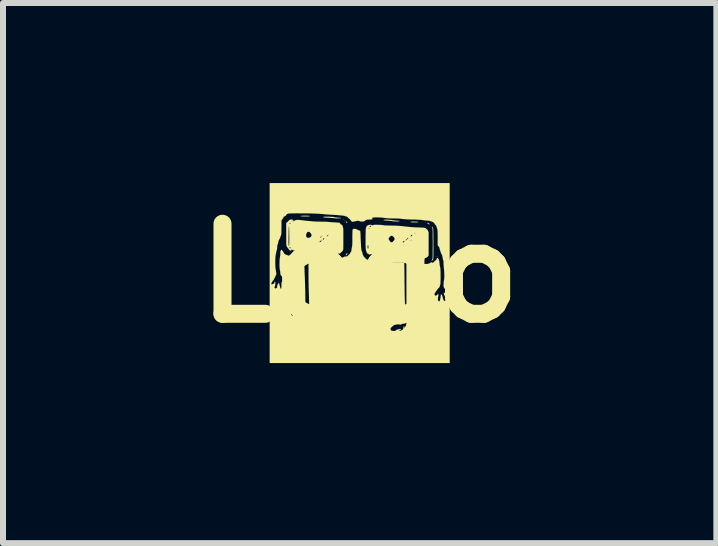
<source format=kicad_pcb>
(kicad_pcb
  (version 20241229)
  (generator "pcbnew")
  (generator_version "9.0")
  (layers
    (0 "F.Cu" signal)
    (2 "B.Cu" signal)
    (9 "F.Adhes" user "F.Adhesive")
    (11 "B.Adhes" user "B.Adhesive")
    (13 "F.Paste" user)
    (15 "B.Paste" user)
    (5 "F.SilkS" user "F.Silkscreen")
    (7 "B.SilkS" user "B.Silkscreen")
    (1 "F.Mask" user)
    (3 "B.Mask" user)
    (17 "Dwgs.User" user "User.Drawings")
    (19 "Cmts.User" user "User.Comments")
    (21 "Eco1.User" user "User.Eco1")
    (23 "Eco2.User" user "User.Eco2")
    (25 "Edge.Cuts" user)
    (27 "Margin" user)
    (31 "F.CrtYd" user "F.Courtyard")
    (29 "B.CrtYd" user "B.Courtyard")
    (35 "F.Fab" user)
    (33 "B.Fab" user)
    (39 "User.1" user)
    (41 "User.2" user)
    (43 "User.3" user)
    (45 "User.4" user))
  (footprint "Logo"
    (layer "F.Cu")
    (at 2.943 1.5)
    (property "Reference" "Logo" (at 0 0 0) (layer "F.SilkS") (effects (font (size 1.5 1.5) (thickness 0.3))))
    (attr board_only exclude_from_pos_files exclude_from_bom)
    (fp_poly (pts (xy -0.93 0.632) (xy -0.929 0.639) (xy -0.93 0.641) (xy -0.932 0.64) (xy -0.933 0.635) (xy -0.931 0.63)) (stroke (width 0) (type solid)) (fill yes) (layer "F.SilkS"))
    (fp_poly (pts (xy -0.941 0.618) (xy -0.94 0.619) (xy -0.941 0.623) (xy -0.944 0.624) (xy -0.951 0.621) (xy -0.952 0.619) (xy -0.948 0.614) (xy -0.947 0.614)) (stroke (width 0) (type solid)) (fill yes) (layer "F.SilkS"))
    (fp_poly (pts (xy -0.274 -0.902) (xy -0.268 -0.898) (xy -0.267 -0.897) (xy -0.271 -0.896) (xy -0.274 -0.895) (xy -0.28 -0.898) (xy -0.281 -0.9) (xy -0.278 -0.903)) (stroke (width 0) (type solid)) (fill yes) (layer "F.SilkS"))
    (fp_poly (pts (xy -0.24 -0.884) (xy -0.239 -0.881) (xy -0.242 -0.877) (xy -0.244 -0.877) (xy -0.25 -0.88) (xy -0.251 -0.881) (xy -0.25 -0.885) (xy -0.246 -0.886)) (stroke (width 0) (type solid)) (fill yes) (layer "F.SilkS"))
    (fp_poly (pts (xy 1.293 -0.282) (xy 1.294 -0.279) (xy 1.291 -0.273) (xy 1.289 -0.272) (xy 1.285 -0.276) (xy 1.285 -0.279) (xy 1.287 -0.285) (xy 1.289 -0.286)) (stroke (width 0) (type solid)) (fill yes) (layer "F.SilkS"))
    (fp_poly (pts (xy -0.222 -0.859) (xy -0.217 -0.858) (xy -0.208 -0.851) (xy -0.206 -0.844) (xy -0.208 -0.835) (xy -0.213 -0.834) (xy -0.22 -0.841) (xy -0.222 -0.845) (xy -0.228 -0.856) (xy -0.228 -0.86)) (stroke (width 0) (type solid)) (fill yes) (layer "F.SilkS"))
    (fp_poly (pts (xy -0.209 -0.333) (xy -0.207 -0.329) (xy -0.203 -0.317) (xy -0.208 -0.311) (xy -0.214 -0.309) (xy -0.22 -0.306) (xy -0.22 -0.303) (xy -0.223 -0.295) (xy -0.228 -0.293) (xy -0.232 -0.295) (xy -0.232 -0.302) (xy -0.227 -0.313) (xy -0.223 -0.319) (xy -0.216 -0.331) (xy -0.212 -0.335)) (stroke (width 0) (type solid)) (fill yes) (layer "F.SilkS"))
    (fp_poly (pts (xy 1.136 -0.839) (xy 1.144 -0.836) (xy 1.147 -0.833) (xy 1.153 -0.826) (xy 1.158 -0.824) (xy 1.166 -0.82) (xy 1.167 -0.816) (xy 1.164 -0.812) (xy 1.155 -0.812) (xy 1.144 -0.817) (xy 1.138 -0.822) (xy 1.129 -0.83) (xy 1.125 -0.835) (xy 1.125 -0.836) (xy 1.129 -0.839)) (stroke (width 0) (type solid)) (fill yes) (layer "F.SilkS"))
    (fp_poly (pts (xy -0.876 -0.956) (xy -0.852 -0.955) (xy -0.837 -0.953) (xy -0.831 -0.95) (xy -0.834 -0.946) (xy -0.837 -0.945) (xy -0.845 -0.944) (xy -0.86 -0.943) (xy -0.88 -0.943) (xy -0.903 -0.943) (xy -0.926 -0.943) (xy -0.948 -0.944) (xy -0.965 -0.945) (xy -0.977 -0.946) (xy -0.977 -0.947) (xy -0.987 -0.949) (xy -0.987 -0.952) (xy -0.978 -0.954) (xy -0.962 -0.955) (xy -0.937 -0.956) (xy -0.908 -0.956)) (stroke (width 0) (type solid)) (fill yes) (layer "F.SilkS"))
    (fp_poly (pts (xy 0.934 -0.857) (xy 0.957 -0.856) (xy 0.97 -0.854) (xy 0.977 -0.851) (xy 0.977 -0.848) (xy 0.972 -0.846) (xy 0.959 -0.845) (xy 0.94 -0.844) (xy 0.917 -0.844) (xy 0.912 -0.844) (xy 0.886 -0.844) (xy 0.868 -0.845) (xy 0.857 -0.846) (xy 0.851 -0.847) (xy 0.849 -0.85) (xy 0.849 -0.851) (xy 0.85 -0.854) (xy 0.855 -0.856) (xy 0.866 -0.857) (xy 0.883 -0.858) (xy 0.904 -0.858)) (stroke (width 0) (type solid)) (fill yes) (layer "F.SilkS"))
    (fp_poly (pts (xy 0.466 -0.89) (xy 0.489 -0.889) (xy 0.51 -0.888) (xy 0.527 -0.885) (xy 0.532 -0.884) (xy 0.545 -0.881) (xy 0.565 -0.878) (xy 0.589 -0.876) (xy 0.612 -0.874) (xy 0.639 -0.872) (xy 0.657 -0.87) (xy 0.666 -0.868) (xy 0.666 -0.866) (xy 0.659 -0.863) (xy 0.644 -0.861) (xy 0.625 -0.86) (xy 0.602 -0.86) (xy 0.58 -0.861) (xy 0.559 -0.862) (xy 0.544 -0.865) (xy 0.526 -0.868) (xy 0.503 -0.871) (xy 0.477 -0.873) (xy 0.459 -0.874) (xy 0.432 -0.876) (xy 0.413 -0.878) (xy 0.401 -0.879) (xy 0.396 -0.881) (xy 0.396 -0.884) (xy 0.399 -0.886) (xy 0.407 -0.889) (xy 0.423 -0.89) (xy 0.444 -0.891)) (stroke (width 0) (type solid)) (fill yes) (layer "F.SilkS"))
    (fp_poly (pts (xy -0.52 -0.94) (xy -0.495 -0.939) (xy -0.471 -0.938) (xy -0.451 -0.937) (xy -0.436 -0.936) (xy -0.428 -0.934) (xy -0.427 -0.933) (xy -0.42 -0.93) (xy -0.405 -0.928) (xy -0.383 -0.926) (xy -0.366 -0.924) (xy -0.343 -0.923) (xy -0.325 -0.921) (xy -0.313 -0.919) (xy -0.309 -0.917) (xy -0.314 -0.914) (xy -0.325 -0.913) (xy -0.342 -0.912) (xy -0.363 -0.911) (xy -0.384 -0.911) (xy -0.405 -0.912) (xy -0.423 -0.913) (xy -0.436 -0.915) (xy -0.448 -0.917) (xy -0.467 -0.918) (xy -0.491 -0.92) (xy -0.518 -0.922) (xy -0.531 -0.923) (xy -0.561 -0.924) (xy -0.584 -0.926) (xy -0.599 -0.928) (xy -0.607 -0.93) (xy -0.609 -0.933) (xy -0.607 -0.936) (xy -0.601 -0.938) (xy -0.588 -0.939) (xy -0.569 -0.94) (xy -0.546 -0.94)) (stroke (width 0) (type solid)) (fill yes) (layer "F.SilkS"))
    (fp_poly (pts (xy 1.213 -0.77) (xy 1.214 -0.764) (xy 1.217 -0.755) (xy 1.221 -0.751) (xy 1.223 -0.75) (xy 1.224 -0.745) (xy 1.225 -0.738) (xy 1.226 -0.728) (xy 1.227 -0.713) (xy 1.227 -0.692) (xy 1.228 -0.667) (xy 1.228 -0.634) (xy 1.228 -0.594) (xy 1.229 -0.547) (xy 1.229 -0.49) (xy 1.229 -0.489) (xy 1.229 -0.433) (xy 1.229 -0.386) (xy 1.229 -0.346) (xy 1.229 -0.314) (xy 1.228 -0.288) (xy 1.228 -0.268) (xy 1.227 -0.252) (xy 1.227 -0.24) (xy 1.225 -0.232) (xy 1.224 -0.226) (xy 1.223 -0.222) (xy 1.221 -0.219) (xy 1.22 -0.218) (xy 1.211 -0.209) (xy 1.204 -0.207) (xy 1.2 -0.212) (xy 1.2 -0.214) (xy 1.204 -0.223) (xy 1.208 -0.228) (xy 1.21 -0.229) (xy 1.212 -0.233) (xy 1.213 -0.238) (xy 1.214 -0.245) (xy 1.215 -0.257) (xy 1.215 -0.273) (xy 1.216 -0.293) (xy 1.216 -0.32) (xy 1.216 -0.352) (xy 1.216 -0.393) (xy 1.217 -0.441) (xy 1.217 -0.489) (xy 1.217 -0.544) (xy 1.216 -0.591) (xy 1.216 -0.63) (xy 1.216 -0.662) (xy 1.216 -0.688) (xy 1.215 -0.708) (xy 1.215 -0.723) (xy 1.214 -0.734) (xy 1.213 -0.742) (xy 1.211 -0.747) (xy 1.21 -0.75) (xy 1.208 -0.752) (xy 1.202 -0.762) (xy 1.201 -0.77) (xy 1.206 -0.773) (xy 1.207 -0.774)) (stroke (width 0) (type solid)) (fill yes) (layer "F.SilkS"))
    (fp_poly (pts (xy 0.183 -0.806) (xy 0.196 -0.803) (xy 0.201 -0.8) (xy 0.206 -0.796) (xy 0.213 -0.796) (xy 0.224 -0.8) (xy 0.233 -0.803) (xy 0.244 -0.805) (xy 0.259 -0.806) (xy 0.279 -0.806) (xy 0.307 -0.805) (xy 0.312 -0.805) (xy 0.338 -0.804) (xy 0.361 -0.802) (xy 0.38 -0.8) (xy 0.393 -0.798) (xy 0.395 -0.797) (xy 0.405 -0.796) (xy 0.423 -0.794) (xy 0.448 -0.793) (xy 0.479 -0.793) (xy 0.51 -0.792) (xy 0.579 -0.791) (xy 0.643 -0.788) (xy 0.696 -0.783) (xy 0.728 -0.78) (xy 0.761 -0.776) (xy 0.793 -0.773) (xy 0.82 -0.77) (xy 0.832 -0.769) (xy 0.853 -0.767) (xy 0.882 -0.765) (xy 0.914 -0.763) (xy 0.948 -0.761) (xy 0.982 -0.76) (xy 0.982 -0.76) (xy 1.015 -0.759) (xy 1.04 -0.758) (xy 1.058 -0.757) (xy 1.072 -0.756) (xy 1.082 -0.754) (xy 1.089 -0.751) (xy 1.096 -0.748) (xy 1.103 -0.744) (xy 1.122 -0.729) (xy 1.135 -0.71) (xy 1.137 -0.707) (xy 1.149 -0.684) (xy 1.149 -0.489) (xy 1.149 -0.294) (xy 1.136 -0.276) (xy 1.125 -0.263) (xy 1.114 -0.258) (xy 1.114 -0.258) (xy 1.102 -0.255) (xy 1.094 -0.251) (xy 1.084 -0.247) (xy 1.067 -0.245) (xy 1.047 -0.244) (xy 1.027 -0.246) (xy 1.009 -0.249) (xy 1.008 -0.249) (xy 0.999 -0.251) (xy 0.983 -0.252) (xy 0.959 -0.253) (xy 0.93 -0.254) (xy 0.896 -0.256) (xy 0.86 -0.257) (xy 0.839 -0.257) (xy 0.794 -0.258) (xy 0.756 -0.26) (xy 0.724 -0.261) (xy 0.7 -0.263) (xy 0.684 -0.264) (xy 0.677 -0.266) (xy 0.67 -0.267) (xy 0.653 -0.269) (xy 0.629 -0.27) (xy 0.598 -0.272) (xy 0.56 -0.273) (xy 0.537 -0.273) (xy 0.485 -0.275) (xy 0.442 -0.277) (xy 0.407 -0.279) (xy 0.382 -0.281) (xy 0.37 -0.283) (xy 0.348 -0.287) (xy 0.323 -0.29) (xy 0.305 -0.291) (xy 0.279 -0.293) (xy 0.258 -0.298) (xy 0.255 -0.3) (xy 0.239 -0.305) (xy 0.223 -0.307) (xy 0.22 -0.307) (xy 0.204 -0.309) (xy 0.195 -0.313) (xy 0.188 -0.318) (xy 0.184 -0.316) (xy 0.184 -0.315) (xy 0.178 -0.311) (xy 0.168 -0.309) (xy 0.156 -0.311) (xy 0.148 -0.315) (xy 0.147 -0.316) (xy 0.141 -0.323) (xy 0.136 -0.323) (xy 0.125 -0.328) (xy 0.117 -0.341) (xy 0.115 -0.349) (xy 0.155 -0.349) (xy 0.157 -0.347) (xy 0.159 -0.349) (xy 0.157 -0.352) (xy 0.155 -0.349) (xy 0.115 -0.349) (xy 0.114 -0.353) (xy 0.111 -0.366) (xy 0.105 -0.375) (xy 0.105 -0.376) (xy 0.103 -0.382) (xy 0.102 -0.396) (xy 0.1 -0.417) (xy 0.1 -0.431) (xy 0.132 -0.431) (xy 0.133 -0.418) (xy 0.134 -0.414) (xy 0.138 -0.406) (xy 0.141 -0.406) (xy 0.144 -0.414) (xy 0.145 -0.428) (xy 0.145 -0.431) (xy 0.145 -0.446) (xy 0.143 -0.458) (xy 0.142 -0.462) (xy 0.139 -0.467) (xy 0.136 -0.464) (xy 0.133 -0.456) (xy 0.132 -0.445) (xy 0.132 -0.431) (xy 0.1 -0.431) (xy 0.099 -0.444) (xy 0.098 -0.475) (xy 0.098 -0.509) (xy 0.098 -0.545) (xy 0.098 -0.572) (xy 0.481 -0.572) (xy 0.492 -0.55) (xy 0.506 -0.528) (xy 0.519 -0.515) (xy 0.533 -0.512) (xy 0.542 -0.515) (xy 0.717 -0.515) (xy 0.721 -0.511) (xy 0.729 -0.512) (xy 0.737 -0.515) (xy 0.741 -0.518) (xy 0.744 -0.528) (xy 0.743 -0.533) (xy 0.741 -0.537) (xy 0.736 -0.536) (xy 0.729 -0.53) (xy 0.721 -0.521) (xy 0.717 -0.515) (xy 0.717 -0.515) (xy 0.542 -0.515) (xy 0.547 -0.517) (xy 0.552 -0.522) (xy 0.57 -0.542) (xy 0.574 -0.549) (xy 0.764 -0.549) (xy 0.766 -0.544) (xy 0.773 -0.546) (xy 0.776 -0.549) (xy 0.849 -0.549) (xy 0.852 -0.544) (xy 0.856 -0.544) (xy 0.862 -0.546) (xy 0.863 -0.549) (xy 0.859 -0.553) (xy 0.856 -0.553) (xy 0.849 -0.551) (xy 0.849 -0.549) (xy 0.776 -0.549) (xy 0.785 -0.556) (xy 0.795 -0.565) (xy 0.805 -0.576) (xy 0.811 -0.584) (xy 0.811 -0.588) (xy 0.803 -0.589) (xy 0.798 -0.583) (xy 0.797 -0.579) (xy 0.793 -0.573) (xy 0.79 -0.572) (xy 0.784 -0.568) (xy 0.783 -0.565) (xy 0.779 -0.559) (xy 0.774 -0.557) (xy 0.766 -0.552) (xy 0.764 -0.549) (xy 0.574 -0.549) (xy 0.58 -0.559) (xy 0.582 -0.574) (xy 0.575 -0.589) (xy 0.564 -0.602) (xy 0.553 -0.612) (xy 0.55 -0.614) (xy 0.849 -0.614) (xy 0.851 -0.61) (xy 0.858 -0.611) (xy 0.868 -0.619) (xy 0.871 -0.622) (xy 0.878 -0.631) (xy 0.878 -0.635) (xy 0.875 -0.637) (xy 0.867 -0.635) (xy 0.857 -0.628) (xy 0.85 -0.619) (xy 0.849 -0.614) (xy 0.55 -0.614) (xy 0.542 -0.62) (xy 0.538 -0.621) (xy 0.527 -0.621) (xy 0.513 -0.614) (xy 0.5 -0.602) (xy 0.49 -0.589) (xy 0.481 -0.572) (xy 0.098 -0.572) (xy 0.098 -0.582) (xy 0.098 -0.619) (xy 0.099 -0.653) (xy 0.099 -0.666) (xy 0.914 -0.666) (xy 0.918 -0.662) (xy 0.921 -0.661) (xy 0.927 -0.664) (xy 0.928 -0.666) (xy 0.924 -0.67) (xy 0.921 -0.67) (xy 0.915 -0.668) (xy 0.914 -0.666) (xy 0.099 -0.666) (xy 0.099 -0.684) (xy 0.1 -0.711) (xy 0.102 -0.733) (xy 0.103 -0.747) (xy 0.15 -0.747) (xy 0.153 -0.742) (xy 0.158 -0.743) (xy 0.163 -0.749) (xy 0.161 -0.754) (xy 0.157 -0.755) (xy 0.151 -0.751) (xy 0.15 -0.747) (xy 0.103 -0.747) (xy 0.103 -0.748) (xy 0.105 -0.754) (xy 0.105 -0.755) (xy 0.11 -0.763) (xy 0.113 -0.775) (xy 0.115 -0.78) (xy 0.166 -0.78) (xy 0.167 -0.775) (xy 0.17 -0.77) (xy 0.175 -0.77) (xy 0.183 -0.774) (xy 0.191 -0.78) (xy 0.19 -0.785) (xy 0.182 -0.788) (xy 0.181 -0.788) (xy 0.17 -0.786) (xy 0.166 -0.78) (xy 0.115 -0.78) (xy 0.116 -0.786) (xy 0.122 -0.791) (xy 0.127 -0.791) (xy 0.139 -0.795) (xy 0.146 -0.8) (xy 0.154 -0.804) (xy 0.168 -0.806)) (stroke (width 0) (type solid)) (fill yes) (layer "F.SilkS"))
    (fp_poly (pts (xy -1.126 -0.891) (xy -1.123 -0.891) (xy -1.109 -0.887) (xy -1.103 -0.881) (xy -1.103 -0.88) (xy -1.104 -0.873) (xy -1.111 -0.872) (xy -1.119 -0.87) (xy -1.12 -0.864) (xy -1.118 -0.861) (xy -1.112 -0.862) (xy -1.101 -0.866) (xy -1.087 -0.873) (xy -1.087 -0.873) (xy -1.071 -0.88) (xy -1.057 -0.885) (xy -1.041 -0.887) (xy -1.023 -0.887) (xy -0.999 -0.885) (xy -0.975 -0.882) (xy -0.918 -0.875) (xy -0.869 -0.87) (xy -0.826 -0.866) (xy -0.787 -0.862) (xy -0.75 -0.86) (xy -0.715 -0.858) (xy -0.679 -0.858) (xy -0.652 -0.857) (xy -0.619 -0.857) (xy -0.589 -0.857) (xy -0.561 -0.856) (xy -0.539 -0.854) (xy -0.524 -0.853) (xy -0.52 -0.853) (xy -0.507 -0.851) (xy -0.486 -0.849) (xy -0.461 -0.847) (xy -0.433 -0.845) (xy -0.417 -0.845) (xy -0.391 -0.843) (xy -0.368 -0.842) (xy -0.349 -0.84) (xy -0.337 -0.839) (xy -0.334 -0.838) (xy -0.328 -0.831) (xy -0.321 -0.82) (xy -0.321 -0.82) (xy -0.312 -0.809) (xy -0.302 -0.806) (xy -0.293 -0.804) (xy -0.288 -0.795) (xy -0.288 -0.793) (xy -0.284 -0.78) (xy -0.278 -0.766) (xy -0.277 -0.761) (xy -0.275 -0.754) (xy -0.274 -0.744) (xy -0.273 -0.729) (xy -0.272 -0.71) (xy -0.272 -0.684) (xy -0.272 -0.652) (xy -0.272 -0.613) (xy -0.272 -0.567) (xy -0.272 -0.52) (xy -0.272 -0.482) (xy -0.272 -0.451) (xy -0.273 -0.427) (xy -0.273 -0.409) (xy -0.274 -0.396) (xy -0.275 -0.386) (xy -0.277 -0.38) (xy -0.279 -0.376) (xy -0.28 -0.374) (xy -0.288 -0.367) (xy -0.299 -0.355) (xy -0.309 -0.345) (xy -0.331 -0.324) (xy -0.394 -0.324) (xy -0.425 -0.325) (xy -0.46 -0.327) (xy -0.495 -0.33) (xy -0.518 -0.333) (xy -0.544 -0.336) (xy -0.569 -0.339) (xy -0.592 -0.341) (xy -0.607 -0.342) (xy -0.627 -0.343) (xy -0.651 -0.346) (xy -0.668 -0.349) (xy -0.684 -0.352) (xy -0.706 -0.354) (xy -0.733 -0.355) (xy -0.768 -0.356) (xy -0.811 -0.356) (xy -0.868 -0.357) (xy -0.916 -0.359) (xy -0.955 -0.362) (xy -0.973 -0.364) (xy -1 -0.367) (xy -1.03 -0.371) (xy -1.058 -0.374) (xy -1.069 -0.374) (xy -1.093 -0.377) (xy -1.109 -0.379) (xy -1.119 -0.382) (xy -1.124 -0.386) (xy -1.125 -0.393) (xy -1.125 -0.394) (xy -1.127 -0.401) (xy -1.13 -0.401) (xy -1.133 -0.394) (xy -1.132 -0.39) (xy -1.133 -0.382) (xy -1.142 -0.377) (xy -1.155 -0.375) (xy -1.166 -0.378) (xy -1.171 -0.383) (xy -1.175 -0.39) (xy -1.184 -0.401) (xy -1.189 -0.407) (xy -1.198 -0.418) (xy -1.202 -0.424) (xy -1.167 -0.424) (xy -1.165 -0.415) (xy -1.158 -0.413) (xy -1.15 -0.414) (xy -1.149 -0.416) (xy -1.152 -0.423) (xy -1.157 -0.431) (xy -1.163 -0.436) (xy -1.164 -0.436) (xy -1.167 -0.432) (xy -1.167 -0.424) (xy -1.202 -0.424) (xy -1.204 -0.426) (xy -1.205 -0.429) (xy -1.208 -0.435) (xy -1.214 -0.442) (xy -1.217 -0.444) (xy -1.218 -0.447) (xy -1.22 -0.452) (xy -1.221 -0.459) (xy -1.222 -0.47) (xy -1.223 -0.485) (xy -1.223 -0.505) (xy -1.223 -0.53) (xy -1.186 -0.53) (xy -1.186 -0.504) (xy -1.185 -0.482) (xy -1.185 -0.467) (xy -1.184 -0.46) (xy -1.184 -0.46) (xy -1.179 -0.456) (xy -1.176 -0.458) (xy -1.175 -0.464) (xy -1.174 -0.479) (xy -1.173 -0.502) (xy -1.173 -0.518) (xy -0.668 -0.518) (xy -0.667 -0.515) (xy -0.663 -0.515) (xy -0.655 -0.519) (xy -0.646 -0.526) (xy -0.639 -0.532) (xy -0.638 -0.535) (xy -0.642 -0.538) (xy -0.649 -0.539) (xy -0.659 -0.536) (xy -0.666 -0.527) (xy -0.668 -0.518) (xy -1.173 -0.518) (xy -1.173 -0.533) (xy -1.173 -0.548) (xy -0.638 -0.548) (xy -0.634 -0.544) (xy -0.631 -0.544) (xy -0.624 -0.547) (xy -0.624 -0.551) (xy -0.627 -0.555) (xy -0.631 -0.555) (xy -0.637 -0.55) (xy -0.638 -0.548) (xy -1.173 -0.548) (xy -1.173 -0.562) (xy -0.614 -0.562) (xy -0.609 -0.559) (xy -0.604 -0.559) (xy -0.595 -0.563) (xy -0.592 -0.574) (xy -0.59 -0.587) (xy -0.602 -0.578) (xy -0.611 -0.569) (xy -0.614 -0.562) (xy -1.173 -0.562) (xy -1.173 -0.571) (xy -1.173 -0.616) (xy -1.173 -0.621) (xy -1.173 -0.625) (xy -0.893 -0.625) (xy -0.889 -0.608) (xy -0.882 -0.595) (xy -0.875 -0.59) (xy -0.857 -0.587) (xy -0.837 -0.59) (xy -0.823 -0.598) (xy -0.66 -0.598) (xy -0.655 -0.594) (xy -0.646 -0.594) (xy -0.642 -0.6) (xy -0.642 -0.6) (xy -0.646 -0.604) (xy -0.652 -0.605) (xy -0.66 -0.602) (xy -0.66 -0.598) (xy -0.823 -0.598) (xy -0.819 -0.599) (xy -0.815 -0.603) (xy -0.807 -0.615) (xy -0.637 -0.615) (xy -0.634 -0.61) (xy -0.631 -0.609) (xy -0.624 -0.613) (xy -0.624 -0.614) (xy -0.549 -0.614) (xy -0.547 -0.61) (xy -0.543 -0.612) (xy -0.534 -0.62) (xy -0.532 -0.621) (xy -0.523 -0.631) (xy -0.521 -0.636) (xy -0.525 -0.638) (xy -0.527 -0.638) (xy -0.534 -0.634) (xy -0.537 -0.628) (xy -0.541 -0.621) (xy -0.544 -0.619) (xy -0.548 -0.615) (xy -0.549 -0.614) (xy -0.624 -0.614) (xy -0.624 -0.617) (xy -0.626 -0.622) (xy -0.632 -0.621) (xy -0.637 -0.615) (xy -0.807 -0.615) (xy -0.804 -0.619) (xy -0.802 -0.636) (xy -0.809 -0.653) (xy -0.812 -0.657) (xy -0.822 -0.669) (xy -0.831 -0.679) (xy -0.843 -0.687) (xy -0.858 -0.688) (xy -0.872 -0.681) (xy -0.875 -0.678) (xy -0.885 -0.663) (xy -0.891 -0.644) (xy -0.893 -0.625) (xy -1.173 -0.625) (xy -1.174 -0.668) (xy -1.174 -0.708) (xy -1.175 -0.739) (xy -1.176 -0.762) (xy -1.178 -0.776) (xy -1.179 -0.781) (xy -1.179 -0.781) (xy -1.18 -0.776) (xy -1.181 -0.764) (xy -1.182 -0.744) (xy -1.183 -0.72) (xy -1.184 -0.691) (xy -1.184 -0.659) (xy -1.185 -0.626) (xy -1.185 -0.592) (xy -1.186 -0.56) (xy -1.186 -0.53) (xy -1.223 -0.53) (xy -1.223 -0.532) (xy -1.224 -0.565) (xy -1.224 -0.606) (xy -1.224 -0.641) (xy -1.224 -0.827) (xy -1.167 -0.827) (xy -1.165 -0.818) (xy -1.161 -0.816) (xy -1.156 -0.823) (xy -1.156 -0.823) (xy -1.153 -0.834) (xy -1.157 -0.839) (xy -1.16 -0.839) (xy -1.166 -0.835) (xy -1.167 -0.827) (xy -1.224 -0.827) (xy -1.224 -0.833) (xy -1.206 -0.85) (xy -1.193 -0.863) (xy -1.181 -0.874) (xy -1.177 -0.879) (xy -1.165 -0.888) (xy -1.148 -0.892)) (stroke (width 0) (type solid)) (fill yes) (layer "F.SilkS"))
    (fp_poly (pts (xy 1.5 0) (xy 1.5 1.5) (xy 0 1.5) (xy -1.5 1.5) (xy -1.5 0.178) (xy -1.472 0.178) (xy -1.469 0.188) (xy -1.462 0.19) (xy -1.454 0.186) (xy -1.445 0.18) (xy -1.439 0.178) (xy -1.428 0.174) (xy -1.421 0.164) (xy -1.42 0.157) (xy -1.418 0.146) (xy -1.412 0.143) (xy -1.409 0.143) (xy -1.406 0.149) (xy -1.404 0.162) (xy -1.405 0.178) (xy -1.406 0.195) (xy -1.409 0.211) (xy -1.413 0.224) (xy -1.414 0.225) (xy -1.419 0.235) (xy -1.419 0.241) (xy -1.414 0.248) (xy -1.405 0.256) (xy -1.396 0.256) (xy -1.386 0.249) (xy -1.384 0.248) (xy -1.376 0.235) (xy -1.374 0.219) (xy -1.371 0.198) (xy -1.361 0.179) (xy -1.354 0.172) (xy -1.349 0.167) (xy -1.346 0.166) (xy -1.343 0.171) (xy -1.339 0.183) (xy -1.336 0.195) (xy -1.329 0.222) (xy -1.323 0.243) (xy -1.318 0.257) (xy -1.316 0.261) (xy -1.311 0.262) (xy -1.307 0.254) (xy -1.305 0.236) (xy -1.303 0.21) (xy -1.303 0.198) (xy -1.303 0.175) (xy -1.303 0.16) (xy -1.301 0.151) (xy -1.299 0.147) (xy -1.296 0.145) (xy -1.295 0.145) (xy -1.282 0.149) (xy -1.274 0.16) (xy -1.273 0.163) (xy -1.266 0.173) (xy -1.256 0.177) (xy -1.245 0.174) (xy -1.244 0.173) (xy -1.239 0.163) (xy -1.238 0.149) (xy -1.241 0.135) (xy -1.247 0.125) (xy -1.254 0.116) (xy -1.256 0.108) (xy -1.259 0.101) (xy -1.268 0.089) (xy -1.28 0.075) (xy -1.286 0.068) (xy -1.301 0.051) (xy -1.312 0.038) (xy -1.318 0.028) (xy -1.321 0.018) (xy -1.322 0.005) (xy -1.322 -0.000427) (xy -1.323 -0.019) (xy -1.327 -0.039) (xy -1.329 -0.045) (xy -1.332 -0.06) (xy -1.334 -0.083) (xy -1.336 -0.111) (xy -1.336 -0.142) (xy -1.336 -0.173) (xy -1.335 -0.204) (xy -1.334 -0.231) (xy -1.331 -0.252) (xy -1.329 -0.263) (xy -1.326 -0.28) (xy -1.323 -0.302) (xy -1.322 -0.325) (xy -1.322 -0.329) (xy -1.322 -0.35) (xy -1.321 -0.363) (xy -1.318 -0.372) (xy -1.314 -0.379) (xy -1.312 -0.38) (xy -1.302 -0.39) (xy -1.291 -0.379) (xy -1.281 -0.367) (xy -1.272 -0.353) (xy -1.27 -0.349) (xy -1.262 -0.333) (xy -1.254 -0.322) (xy -1.242 -0.314) (xy -1.226 -0.306) (xy -1.219 -0.303) (xy -1.19 -0.293) (xy -1.157 -0.286) (xy -1.119 -0.28) (xy -1.075 -0.276) (xy -1.022 -0.273) (xy -1.014 -0.273) (xy -0.978 -0.272) (xy -0.951 -0.27) (xy -0.934 -0.269) (xy -0.925 -0.267) (xy -0.923 -0.265) (xy -0.923 -0.259) (xy -0.923 -0.245) (xy -0.923 -0.226) (xy -0.923 -0.209) (xy -0.923 -0.192) (xy -0.923 -0.168) (xy -0.922 -0.137) (xy -0.921 -0.101) (xy -0.919 -0.061) (xy -0.918 -0.018) (xy -0.916 0.026) (xy -0.916 0.035) (xy -0.913 0.093) (xy -0.912 0.142) (xy -0.91 0.186) (xy -0.909 0.225) (xy -0.908 0.261) (xy -0.907 0.295) (xy -0.906 0.33) (xy -0.906 0.367) (xy -0.905 0.408) (xy -0.905 0.454) (xy -0.905 0.468) (xy -0.905 0.508) (xy -0.905 0.539) (xy -0.906 0.562) (xy -0.907 0.578) (xy -0.908 0.587) (xy -0.91 0.591) (xy -0.918 0.593) (xy -0.93 0.592) (xy -0.934 0.592) (xy -0.95 0.592) (xy -0.963 0.597) (xy -0.966 0.6) (xy -0.975 0.605) (xy -0.982 0.607) (xy -0.991 0.606) (xy -1.003 0.602) (xy -1.017 0.598) (xy -1.027 0.597) (xy -1.037 0.6) (xy -1.043 0.602) (xy -1.057 0.607) (xy -1.069 0.609) (xy -1.071 0.609) (xy -1.082 0.613) (xy -1.09 0.619) (xy -1.1 0.626) (xy -1.107 0.628) (xy -1.119 0.632) (xy -1.13 0.644) (xy -1.137 0.66) (xy -1.139 0.675) (xy -1.138 0.693) (xy -1.133 0.703) (xy -1.123 0.709) (xy -1.106 0.711) (xy -1.106 0.711) (xy -1.09 0.712) (xy -1.08 0.71) (xy -1.073 0.705) (xy -1.072 0.704) (xy -1.058 0.695) (xy -1.047 0.694) (xy -1.034 0.692) (xy -1.024 0.687) (xy -1.024 0.687) (xy -1.016 0.683) (xy -1.004 0.681) (xy -0.991 0.68) (xy -0.981 0.681) (xy -0.975 0.683) (xy -0.975 0.684) (xy -0.979 0.689) (xy -0.991 0.693) (xy -1.004 0.694) (xy -1.014 0.695) (xy -1.016 0.699) (xy -1.012 0.703) (xy -1.001 0.706) (xy -0.997 0.707) (xy -0.981 0.706) (xy -0.971 0.702) (xy -0.96 0.695) (xy -0.952 0.693) (xy -0.943 0.69) (xy -0.939 0.682) (xy -0.938 0.676) (xy -0.936 0.665) (xy -0.931 0.662) (xy -0.921 0.666) (xy -0.917 0.668) (xy -0.904 0.673) (xy -0.895 0.674) (xy -0.887 0.671) (xy -0.885 0.664) (xy -0.885 0.66) (xy -0.884 0.65) (xy -0.879 0.646) (xy -0.873 0.65) (xy -0.87 0.654) (xy -0.864 0.66) (xy -0.854 0.66) (xy -0.845 0.655) (xy -0.844 0.654) (xy -0.843 0.652) (xy -0.842 0.648) (xy -0.841 0.642) (xy -0.841 0.633) (xy -0.84 0.62) (xy -0.84 0.603) (xy -0.841 0.581) (xy -0.841 0.553) (xy -0.842 0.519) (xy -0.843 0.478) (xy -0.845 0.43) (xy -0.846 0.373) (xy -0.848 0.321) (xy -0.849 0.275) (xy -0.85 0.226) (xy -0.851 0.176) (xy -0.852 0.124) (xy -0.852 0.072) (xy -0.853 0.021) (xy -0.853 -0.029) (xy -0.853 -0.076) (xy -0.853 -0.121) (xy -0.852 -0.161) (xy -0.852 -0.196) (xy -0.851 -0.226) (xy -0.85 -0.249) (xy -0.849 -0.265) (xy -0.848 -0.272) (xy -0.847 -0.272) (xy -0.828 -0.272) (xy -0.803 -0.269) (xy -0.778 -0.265) (xy -0.762 -0.263) (xy -0.739 -0.261) (xy -0.707 -0.259) (xy -0.666 -0.258) (xy -0.617 -0.258) (xy -0.605 -0.257) (xy -0.557 -0.257) (xy -0.518 -0.256) (xy -0.488 -0.255) (xy -0.465 -0.254) (xy -0.449 -0.252) (xy -0.442 -0.25) (xy -0.429 -0.248) (xy -0.409 -0.245) (xy -0.386 -0.244) (xy -0.369 -0.243) (xy -0.345 -0.242) (xy -0.328 -0.243) (xy -0.317 -0.244) (xy -0.309 -0.247) (xy -0.305 -0.25) (xy -0.294 -0.256) (xy -0.287 -0.258) (xy -0.279 -0.261) (xy -0.269 -0.267) (xy -0.269 -0.267) (xy -0.254 -0.274) (xy -0.235 -0.277) (xy -0.233 -0.277) (xy -0.22 -0.277) (xy -0.211 -0.279) (xy -0.203 -0.284) (xy -0.192 -0.294) (xy -0.182 -0.304) (xy -0.169 -0.317) (xy -0.16 -0.329) (xy -0.155 -0.337) (xy -0.155 -0.338) (xy -0.152 -0.347) (xy -0.145 -0.356) (xy -0.138 -0.369) (xy -0.136 -0.387) (xy -0.136 -0.391) (xy -0.134 -0.41) (xy -0.131 -0.428) (xy -0.129 -0.434) (xy -0.127 -0.442) (xy -0.125 -0.453) (xy -0.124 -0.469) (xy -0.123 -0.49) (xy -0.122 -0.518) (xy -0.122 -0.554) (xy -0.122 -0.586) (xy -0.122 -0.629) (xy -0.121 -0.662) (xy -0.121 -0.688) (xy -0.12 -0.707) (xy -0.118 -0.72) (xy -0.117 -0.727) (xy -0.116 -0.728) (xy -0.104 -0.737) (xy -0.086 -0.739) (xy -0.062 -0.734) (xy -0.042 -0.725) (xy -0.024 -0.717) (xy -0.009 -0.711) (xy 0.001 -0.707) (xy 0.002 -0.707) (xy 0.006 -0.706) (xy 0.008 -0.703) (xy 0.01 -0.698) (xy 0.011 -0.688) (xy 0.012 -0.673) (xy 0.014 -0.651) (xy 0.015 -0.622) (xy 0.015 -0.614) (xy 0.017 -0.567) (xy 0.019 -0.523) (xy 0.021 -0.483) (xy 0.023 -0.448) (xy 0.026 -0.418) (xy 0.028 -0.395) (xy 0.03 -0.38) (xy 0.031 -0.377) (xy 0.035 -0.364) (xy 0.041 -0.354) (xy 0.045 -0.343) (xy 0.047 -0.329) (xy 0.047 -0.328) (xy 0.049 -0.315) (xy 0.053 -0.305) (xy 0.054 -0.305) (xy 0.06 -0.295) (xy 0.061 -0.29) (xy 0.064 -0.282) (xy 0.073 -0.27) (xy 0.086 -0.256) (xy 0.099 -0.243) (xy 0.112 -0.232) (xy 0.123 -0.226) (xy 0.127 -0.225) (xy 0.138 -0.222) (xy 0.149 -0.216) (xy 0.154 -0.212) (xy 0.159 -0.21) (xy 0.168 -0.208) (xy 0.18 -0.207) (xy 0.198 -0.207) (xy 0.222 -0.206) (xy 0.25 -0.206) (xy 0.28 -0.206) (xy 0.307 -0.205) (xy 0.331 -0.204) (xy 0.349 -0.203) (xy 0.359 -0.201) (xy 0.37 -0.199) (xy 0.389 -0.196) (xy 0.412 -0.193) (xy 0.437 -0.19) (xy 0.443 -0.19) (xy 0.47 -0.187) (xy 0.497 -0.184) (xy 0.52 -0.181) (xy 0.538 -0.179) (xy 0.539 -0.178) (xy 0.554 -0.177) (xy 0.576 -0.175) (xy 0.603 -0.174) (xy 0.632 -0.174) (xy 0.655 -0.174) (xy 0.688 -0.173) (xy 0.712 -0.173) (xy 0.728 -0.172) (xy 0.738 -0.17) (xy 0.743 -0.168) (xy 0.743 -0.168) (xy 0.743 -0.162) (xy 0.744 -0.148) (xy 0.744 -0.126) (xy 0.745 -0.097) (xy 0.745 -0.062) (xy 0.746 -0.021) (xy 0.746 0.024) (xy 0.747 0.073) (xy 0.747 0.124) (xy 0.747 0.143) (xy 0.748 0.198) (xy 0.749 0.253) (xy 0.749 0.305) (xy 0.75 0.354) (xy 0.751 0.399) (xy 0.752 0.439) (xy 0.753 0.473) (xy 0.754 0.5) (xy 0.755 0.519) (xy 0.755 0.521) (xy 0.757 0.546) (xy 0.758 0.579) (xy 0.759 0.616) (xy 0.76 0.656) (xy 0.761 0.695) (xy 0.761 0.717) (xy 0.762 0.842) (xy 0.734 0.843) (xy 0.714 0.845) (xy 0.701 0.85) (xy 0.698 0.853) (xy 0.692 0.858) (xy 0.684 0.859) (xy 0.672 0.858) (xy 0.666 0.857) (xy 0.647 0.854) (xy 0.625 0.856) (xy 0.606 0.858) (xy 0.588 0.862) (xy 0.575 0.866) (xy 0.565 0.872) (xy 0.553 0.882) (xy 0.541 0.893) (xy 0.526 0.907) (xy 0.518 0.916) (xy 0.514 0.923) (xy 0.514 0.93) (xy 0.516 0.937) (xy 0.519 0.948) (xy 0.523 0.954) (xy 0.529 0.958) (xy 0.542 0.96) (xy 0.544 0.961) (xy 0.569 0.965) (xy 0.585 0.965) (xy 0.595 0.962) (xy 0.599 0.956) (xy 0.605 0.949) (xy 0.618 0.944) (xy 0.634 0.94) (xy 0.649 0.935) (xy 0.649 0.934) (xy 0.663 0.93) (xy 0.677 0.929) (xy 0.688 0.932) (xy 0.693 0.936) (xy 0.69 0.94) (xy 0.679 0.943) (xy 0.677 0.943) (xy 0.663 0.946) (xy 0.659 0.951) (xy 0.659 0.952) (xy 0.663 0.957) (xy 0.672 0.96) (xy 0.683 0.96) (xy 0.693 0.957) (xy 0.696 0.955) (xy 0.705 0.948) (xy 0.715 0.942) (xy 0.724 0.937) (xy 0.725 0.929) (xy 0.725 0.929) (xy 0.726 0.918) (xy 0.728 0.911) (xy 0.733 0.899) (xy 0.733 0.893) (xy 0.735 0.883) (xy 0.739 0.882) (xy 0.743 0.888) (xy 0.746 0.897) (xy 0.751 0.913) (xy 0.759 0.921) (xy 0.772 0.923) (xy 0.78 0.922) (xy 0.783 0.915) (xy 0.783 0.909) (xy 0.784 0.899) (xy 0.788 0.896) (xy 0.796 0.902) (xy 0.798 0.903) (xy 0.807 0.908) (xy 0.814 0.908) (xy 0.816 0.906) (xy 0.818 0.903) (xy 0.819 0.897) (xy 0.82 0.888) (xy 0.82 0.874) (xy 0.82 0.855) (xy 0.82 0.829) (xy 0.82 0.796) (xy 0.819 0.755) (xy 0.819 0.744) (xy 0.818 0.698) (xy 0.817 0.648) (xy 0.816 0.594) (xy 0.816 0.537) (xy 0.815 0.478) (xy 0.814 0.418) (xy 0.814 0.357) (xy 0.813 0.297) (xy 0.813 0.237) (xy 0.813 0.179) (xy 0.812 0.123) (xy 0.812 0.07) (xy 0.812 0.022) (xy 0.812 -0.022) (xy 0.812 -0.061) (xy 0.812 -0.094) (xy 0.812 -0.119) (xy 0.812 -0.137) (xy 0.813 -0.147) (xy 0.813 -0.148) (xy 0.816 -0.162) (xy 0.911 -0.161) (xy 0.944 -0.16) (xy 0.978 -0.159) (xy 1.011 -0.157) (xy 1.039 -0.156) (xy 1.058 -0.154) (xy 1.097 -0.152) (xy 1.128 -0.153) (xy 1.152 -0.158) (xy 1.171 -0.167) (xy 1.177 -0.172) (xy 1.188 -0.18) (xy 1.194 -0.18) (xy 1.197 -0.179) (xy 1.208 -0.173) (xy 1.222 -0.175) (xy 1.236 -0.184) (xy 1.24 -0.189) (xy 1.251 -0.201) (xy 1.263 -0.21) (xy 1.265 -0.211) (xy 1.276 -0.222) (xy 1.282 -0.235) (xy 1.285 -0.247) (xy 1.288 -0.252) (xy 1.293 -0.253) (xy 1.298 -0.251) (xy 1.308 -0.243) (xy 1.317 -0.229) (xy 1.324 -0.209) (xy 1.329 -0.186) (xy 1.331 -0.162) (xy 1.331 -0.161) (xy 1.333 -0.134) (xy 1.338 -0.111) (xy 1.34 -0.104) (xy 1.342 -0.097) (xy 1.344 -0.088) (xy 1.345 -0.076) (xy 1.346 -0.061) (xy 1.347 -0.041) (xy 1.348 -0.015) (xy 1.348 0.018) (xy 1.348 0.054) (xy 1.348 0.099) (xy 1.347 0.134) (xy 1.347 0.161) (xy 1.345 0.18) (xy 1.344 0.192) (xy 1.342 0.197) (xy 1.338 0.206) (xy 1.334 0.219) (xy 1.334 0.221) (xy 1.326 0.239) (xy 1.318 0.248) (xy 1.308 0.256) (xy 1.297 0.27) (xy 1.287 0.284) (xy 1.276 0.301) (xy 1.265 0.316) (xy 1.258 0.325) (xy 1.25 0.339) (xy 1.247 0.354) (xy 1.249 0.366) (xy 1.257 0.374) (xy 1.264 0.375) (xy 1.277 0.373) (xy 1.289 0.366) (xy 1.297 0.358) (xy 1.299 0.353) (xy 1.302 0.348) (xy 1.306 0.347) (xy 1.31 0.349) (xy 1.312 0.356) (xy 1.312 0.37) (xy 1.309 0.39) (xy 1.305 0.418) (xy 1.304 0.424) (xy 1.303 0.44) (xy 1.304 0.451) (xy 1.31 0.46) (xy 1.31 0.461) (xy 1.317 0.469) (xy 1.322 0.473) (xy 1.323 0.473) (xy 1.329 0.469) (xy 1.335 0.457) (xy 1.341 0.439) (xy 1.345 0.417) (xy 1.348 0.395) (xy 1.35 0.373) (xy 1.353 0.358) (xy 1.356 0.352) (xy 1.357 0.352) (xy 1.364 0.356) (xy 1.371 0.367) (xy 1.378 0.381) (xy 1.382 0.396) (xy 1.383 0.403) (xy 1.386 0.421) (xy 1.395 0.441) (xy 1.406 0.459) (xy 1.41 0.464) (xy 1.416 0.467) (xy 1.421 0.465) (xy 1.426 0.459) (xy 1.432 0.45) (xy 1.434 0.443) (xy 1.433 0.434) (xy 1.429 0.419) (xy 1.424 0.402) (xy 1.418 0.385) (xy 1.413 0.372) (xy 1.409 0.366) (xy 1.402 0.352) (xy 1.401 0.335) (xy 1.405 0.328) (xy 1.415 0.327) (xy 1.426 0.33) (xy 1.439 0.338) (xy 1.447 0.347) (xy 1.453 0.351) (xy 1.458 0.349) (xy 1.46 0.342) (xy 1.458 0.331) (xy 1.45 0.315) (xy 1.437 0.293) (xy 1.432 0.285) (xy 1.422 0.27) (xy 1.415 0.258) (xy 1.411 0.251) (xy 1.411 0.251) (xy 1.408 0.245) (xy 1.404 0.24) (xy 1.4 0.235) (xy 1.398 0.228) (xy 1.397 0.216) (xy 1.397 0.198) (xy 1.398 0.178) (xy 1.399 0.155) (xy 1.401 0.136) (xy 1.403 0.123) (xy 1.405 0.116) (xy 1.407 0.108) (xy 1.409 0.092) (xy 1.41 0.071) (xy 1.41 0.045) (xy 1.41 0.017) (xy 1.409 -0.011) (xy 1.407 -0.039) (xy 1.405 -0.063) (xy 1.404 -0.066) (xy 1.401 -0.093) (xy 1.399 -0.123) (xy 1.397 -0.151) (xy 1.397 -0.165) (xy 1.397 -0.189) (xy 1.395 -0.204) (xy 1.392 -0.213) (xy 1.391 -0.215) (xy 1.387 -0.223) (xy 1.384 -0.238) (xy 1.382 -0.254) (xy 1.376 -0.288) (xy 1.365 -0.316) (xy 1.356 -0.33) (xy 1.352 -0.338) (xy 1.348 -0.35) (xy 1.348 -0.354) (xy 1.344 -0.369) (xy 1.338 -0.383) (xy 1.338 -0.384) (xy 1.333 -0.398) (xy 1.331 -0.41) (xy 1.328 -0.425) (xy 1.315 -0.442) (xy 1.315 -0.443) (xy 1.299 -0.461) (xy 1.299 -0.591) (xy 1.299 -0.63) (xy 1.298 -0.66) (xy 1.298 -0.684) (xy 1.297 -0.702) (xy 1.296 -0.715) (xy 1.295 -0.725) (xy 1.293 -0.733) (xy 1.29 -0.739) (xy 1.289 -0.741) (xy 1.284 -0.756) (xy 1.28 -0.77) (xy 1.28 -0.774) (xy 1.276 -0.787) (xy 1.263 -0.801) (xy 1.254 -0.811) (xy 1.248 -0.82) (xy 1.247 -0.822) (xy 1.243 -0.83) (xy 1.234 -0.839) (xy 1.222 -0.848) (xy 1.209 -0.855) (xy 1.2 -0.858) (xy 1.188 -0.861) (xy 1.182 -0.865) (xy 1.173 -0.868) (xy 1.156 -0.871) (xy 1.129 -0.874) (xy 1.12 -0.874) (xy 1.095 -0.876) (xy 1.071 -0.879) (xy 1.049 -0.882) (xy 1.038 -0.884) (xy 1.022 -0.886) (xy 0.997 -0.888) (xy 0.963 -0.89) (xy 0.92 -0.892) (xy 0.881 -0.892) (xy 0.83 -0.893) (xy 0.788 -0.895) (xy 0.753 -0.897) (xy 0.727 -0.9) (xy 0.71 -0.902) (xy 0.687 -0.905) (xy 0.657 -0.908) (xy 0.621 -0.909) (xy 0.577 -0.91) (xy 0.567 -0.91) (xy 0.536 -0.91) (xy 0.506 -0.911) (xy 0.48 -0.912) (xy 0.459 -0.913) (xy 0.445 -0.914) (xy 0.443 -0.915) (xy 0.414 -0.919) (xy 0.382 -0.923) (xy 0.347 -0.926) (xy 0.312 -0.927) (xy 0.279 -0.928) (xy 0.25 -0.927) (xy 0.228 -0.926) (xy 0.221 -0.924) (xy 0.208 -0.92) (xy 0.203 -0.915) (xy 0.206 -0.909) (xy 0.211 -0.907) (xy 0.218 -0.903) (xy 0.22 -0.9) (xy 0.216 -0.898) (xy 0.204 -0.895) (xy 0.187 -0.893) (xy 0.166 -0.891) (xy 0.144 -0.891) (xy 0.142 -0.891) (xy 0.125 -0.89) (xy 0.113 -0.887) (xy 0.101 -0.88) (xy 0.092 -0.874) (xy 0.079 -0.865) (xy 0.068 -0.86) (xy 0.055 -0.858) (xy 0.041 -0.858) (xy 0.022 -0.859) (xy 0.005 -0.862) (xy -0.002 -0.865) (xy -0.024 -0.871) (xy -0.048 -0.87) (xy -0.063 -0.865) (xy -0.079 -0.86) (xy -0.095 -0.858) (xy -0.096 -0.858) (xy -0.11 -0.857) (xy -0.121 -0.854) (xy -0.122 -0.853) (xy -0.129 -0.851) (xy -0.133 -0.857) (xy -0.134 -0.859) (xy -0.138 -0.867) (xy -0.148 -0.878) (xy -0.16 -0.891) (xy -0.173 -0.904) (xy -0.185 -0.915) (xy -0.194 -0.922) (xy -0.197 -0.924) (xy -0.201 -0.927) (xy -0.202 -0.93) (xy -0.206 -0.937) (xy -0.218 -0.942) (xy -0.227 -0.942) (xy -0.238 -0.945) (xy -0.243 -0.949) (xy -0.251 -0.952) (xy -0.267 -0.956) (xy -0.29 -0.958) (xy -0.315 -0.96) (xy -0.344 -0.963) (xy -0.37 -0.965) (xy -0.373 -0.966) (xy -0.393 -0.967) (xy -0.42 -0.969) (xy -0.45 -0.971) (xy -0.48 -0.972) (xy -0.485 -0.973) (xy -0.513 -0.974) (xy -0.54 -0.976) (xy -0.564 -0.977) (xy -0.582 -0.979) (xy -0.586 -0.98) (xy -0.615 -0.983) (xy -0.651 -0.986) (xy -0.694 -0.989) (xy -0.744 -0.991) (xy -0.802 -0.993) (xy -0.869 -0.994) (xy -0.944 -0.994) (xy -0.973 -0.994) (xy -1.025 -0.995) (xy -1.068 -0.995) (xy -1.104 -0.994) (xy -1.133 -0.994) (xy -1.155 -0.993) (xy -1.172 -0.993) (xy -1.184 -0.992) (xy -1.193 -0.99) (xy -1.198 -0.989) (xy -1.198 -0.989) (xy -1.214 -0.98) (xy -1.222 -0.971) (xy -1.224 -0.967) (xy -1.228 -0.959) (xy -1.237 -0.951) (xy -1.25 -0.945) (xy -1.255 -0.943) (xy -1.266 -0.937) (xy -1.27 -0.928) (xy -1.274 -0.918) (xy -1.282 -0.905) (xy -1.287 -0.898) (xy -1.303 -0.878) (xy -1.303 -0.761) (xy -1.304 -0.725) (xy -1.304 -0.696) (xy -1.304 -0.674) (xy -1.305 -0.658) (xy -1.306 -0.646) (xy -1.308 -0.638) (xy -1.311 -0.63) (xy -1.313 -0.626) (xy -1.318 -0.612) (xy -1.322 -0.6) (xy -1.322 -0.598) (xy -1.324 -0.589) (xy -1.331 -0.576) (xy -1.338 -0.563) (xy -1.35 -0.543) (xy -1.354 -0.526) (xy -1.355 -0.52) (xy -1.357 -0.503) (xy -1.363 -0.486) (xy -1.364 -0.484) (xy -1.371 -0.467) (xy -1.373 -0.446) (xy -1.374 -0.435) (xy -1.375 -0.415) (xy -1.377 -0.397) (xy -1.38 -0.386) (xy -1.385 -0.371) (xy -1.389 -0.352) (xy -1.392 -0.338) (xy -1.396 -0.318) (xy -1.4 -0.298) (xy -1.402 -0.286) (xy -1.403 -0.274) (xy -1.404 -0.255) (xy -1.405 -0.231) (xy -1.406 -0.203) (xy -1.406 -0.18) (xy -1.406 -0.144) (xy -1.405 -0.115) (xy -1.404 -0.092) (xy -1.401 -0.07) (xy -1.397 -0.049) (xy -1.397 -0.049) (xy -1.392 -0.019) (xy -1.389 0.002) (xy -1.388 0.017) (xy -1.39 0.027) (xy -1.395 0.033) (xy -1.4 0.041) (xy -1.404 0.054) (xy -1.404 0.054) (xy -1.408 0.067) (xy -1.413 0.075) (xy -1.414 0.075) (xy -1.419 0.083) (xy -1.423 0.094) (xy -1.429 0.107) (xy -1.438 0.118) (xy -1.438 0.119) (xy -1.449 0.131) (xy -1.46 0.147) (xy -1.468 0.163) (xy -1.472 0.176) (xy -1.472 0.178) (xy -1.5 0.178) (xy -1.5 0) (xy -1.5 -1.5) (xy 0 -1.5) (xy 1.5 -1.5)) (stroke (width 0) (type solid)) (fill yes) (layer "F.SilkS")))
  (gr_rect
    (start -3 -3)
    (end 8.886 6)
    (stroke (width 0.1) (type default))
    (fill no)
    (layer "Edge.Cuts")))
</source>
